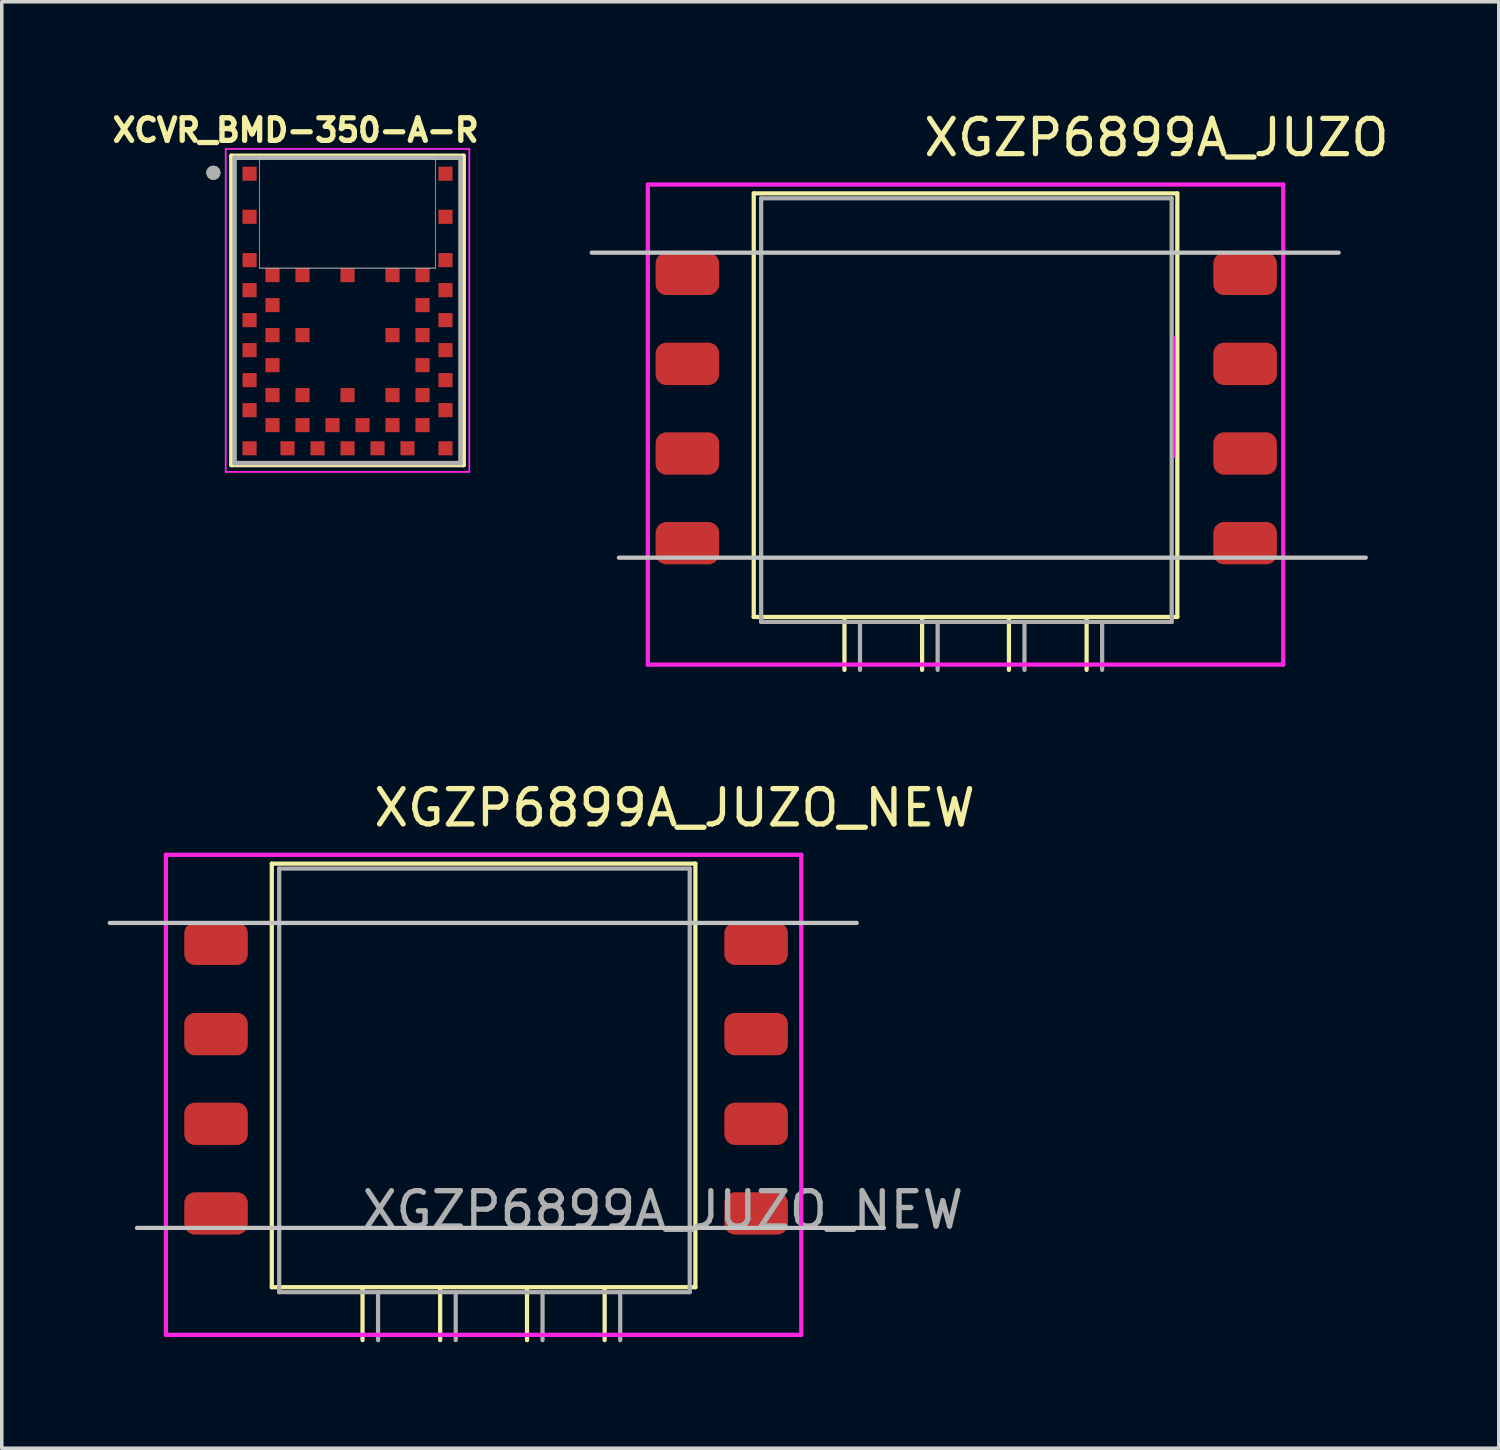
<source format=kicad_pcb>
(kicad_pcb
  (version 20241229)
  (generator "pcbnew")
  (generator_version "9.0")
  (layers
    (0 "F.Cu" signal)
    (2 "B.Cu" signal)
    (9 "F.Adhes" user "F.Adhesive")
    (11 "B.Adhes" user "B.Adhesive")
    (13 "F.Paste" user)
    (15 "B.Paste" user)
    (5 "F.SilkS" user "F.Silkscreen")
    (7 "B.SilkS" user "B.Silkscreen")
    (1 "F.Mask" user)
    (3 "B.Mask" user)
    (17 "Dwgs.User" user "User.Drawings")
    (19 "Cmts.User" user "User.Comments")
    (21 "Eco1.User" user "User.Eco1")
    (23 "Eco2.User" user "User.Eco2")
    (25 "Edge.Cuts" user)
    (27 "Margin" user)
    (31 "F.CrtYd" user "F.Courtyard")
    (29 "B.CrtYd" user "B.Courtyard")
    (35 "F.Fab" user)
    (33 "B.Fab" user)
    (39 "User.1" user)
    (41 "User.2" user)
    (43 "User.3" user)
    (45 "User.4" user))
  (footprint "XCVR_BMD-350-A-R"
    (layer "F.Cu")
    (at 6.795 5.744)
    (property "Reference" "XCVR_BMD-350-A-R" (at -1.468 -5.106 0) (layer "F.SilkS") (effects (font (size 0.64 0.64) (thickness 0.15))))
    (attr through_hole)
    (fp_line (start -3.29 -4.38) (end -3.29 4.38) (stroke (width 0.127) (type solid)) (layer "F.SilkS"))
    (fp_line (start -3.29 4.38) (end 3.29 4.38) (stroke (width 0.127) (type solid)) (layer "F.SilkS"))
    (fp_line (start 3.29 -4.38) (end -3.29 -4.38) (stroke (width 0.127) (type solid)) (layer "F.SilkS"))
    (fp_line (start 3.29 4.38) (end 3.29 -4.38) (stroke (width 0.127) (type solid)) (layer "F.SilkS"))
    (fp_circle (center -3.8 -3.9) (end -3.7 -3.9) (stroke (width 0.2) (type solid)) (fill no) (layer "F.SilkS"))
    (fp_poly (pts (xy -2.5 -4.325) (xy 2.5 -4.325) (xy 2.5 -1.2) (xy -2.5 -1.2)) (stroke (width 0.01) (type solid)) (fill no) (layer "Dwgs.User"))
    (fp_poly (pts (xy -2.5 -4.325) (xy 2.5 -4.325) (xy 2.5 -1.2) (xy -2.5 -1.2)) (stroke (width 0.01) (type solid)) (fill no) (layer "Dwgs.User"))
    (fp_poly (pts (xy -2.5 -4.325) (xy 2.5 -4.325) (xy 2.5 -1.2) (xy -2.5 -1.2)) (stroke (width 0.01) (type solid)) (fill no) (layer "Dwgs.User"))
    (fp_line (start -3.45 -4.575) (end 3.45 -4.575) (stroke (width 0.05) (type solid)) (layer "F.CrtYd"))
    (fp_line (start -3.45 4.575) (end -3.45 -4.575) (stroke (width 0.05) (type solid)) (layer "F.CrtYd"))
    (fp_line (start 3.45 -4.575) (end 3.45 4.575) (stroke (width 0.05) (type solid)) (layer "F.CrtYd"))
    (fp_line (start 3.45 4.575) (end -3.45 4.575) (stroke (width 0.05) (type solid)) (layer "F.CrtYd"))
    (fp_line (start -3.2 -4.325) (end -3.2 4.325) (stroke (width 0.127) (type solid)) (layer "F.Fab"))
    (fp_line (start -3.2 4.325) (end 3.2 4.325) (stroke (width 0.127) (type solid)) (layer "F.Fab"))
    (fp_line (start 3.2 -4.325) (end -3.2 -4.325) (stroke (width 0.127) (type solid)) (layer "F.Fab"))
    (fp_line (start 3.2 4.325) (end 3.2 -4.325) (stroke (width 0.127) (type solid)) (layer "F.Fab"))
    (fp_circle (center -3.8 -3.9) (end -3.7 -3.9) (stroke (width 0.2) (type solid)) (fill no) (layer "F.Fab"))
    (pad "1" smd rect (at -2.775 -3.873) (size 0.4 0.4) (layers "F.Cu" "F.Mask" "F.Paste"))
    (pad "2" smd rect (at -2.775 -2.653) (size 0.4 0.4) (layers "F.Cu" "F.Mask" "F.Paste"))
    (pad "3" smd rect (at -2.775 -1.425) (size 0.4 0.4) (layers "F.Cu" "F.Mask" "F.Paste"))
    (pad "4" smd rect (at -2.125 -1) (size 0.4 0.4) (layers "F.Cu" "F.Mask" "F.Paste"))
    (pad "5" smd rect (at -2.775 -0.575) (size 0.4 0.4) (layers "F.Cu" "F.Mask" "F.Paste"))
    (pad "6" smd rect (at -2.125 -0.15) (size 0.4 0.4) (layers "F.Cu" "F.Mask" "F.Paste"))
    (pad "7" smd rect (at -2.775 0.275) (size 0.4 0.4) (layers "F.Cu" "F.Mask" "F.Paste"))
    (pad "8" smd rect (at -2.125 0.7) (size 0.4 0.4) (layers "F.Cu" "F.Mask" "F.Paste"))
    (pad "9" smd rect (at -2.775 1.125) (size 0.4 0.4) (layers "F.Cu" "F.Mask" "F.Paste"))
    (pad "10" smd rect (at -2.125 1.55) (size 0.4 0.4) (layers "F.Cu" "F.Mask" "F.Paste"))
    (pad "11" smd rect (at -2.775 1.975) (size 0.4 0.4) (layers "F.Cu" "F.Mask" "F.Paste"))
    (pad "12" smd rect (at -2.125 2.4) (size 0.4 0.4) (layers "F.Cu" "F.Mask" "F.Paste"))
    (pad "13" smd rect (at -2.775 2.825) (size 0.4 0.4) (layers "F.Cu" "F.Mask" "F.Paste"))
    (pad "14" smd rect (at -2.125 3.25) (size 0.4 0.4) (layers "F.Cu" "F.Mask" "F.Paste"))
    (pad "15" smd rect (at -2.775 3.905) (size 0.4 0.4) (layers "F.Cu" "F.Mask" "F.Paste"))
    (pad "16" smd rect (at -1.7 3.905) (size 0.4 0.4) (layers "F.Cu" "F.Mask" "F.Paste"))
    (pad "17" smd rect (at -1.275 3.25) (size 0.4 0.4) (layers "F.Cu" "F.Mask" "F.Paste"))
    (pad "18" smd rect (at -0.85 3.905) (size 0.4 0.4) (layers "F.Cu" "F.Mask" "F.Paste"))
    (pad "19" smd rect (at -0.425 3.25) (size 0.4 0.4) (layers "F.Cu" "F.Mask" "F.Paste"))
    (pad "20" smd rect (at 0 3.905) (size 0.4 0.4) (layers "F.Cu" "F.Mask" "F.Paste"))
    (pad "21" smd rect (at 0.425 3.25) (size 0.4 0.4) (layers "F.Cu" "F.Mask" "F.Paste"))
    (pad "22" smd rect (at 0.85 3.905) (size 0.4 0.4) (layers "F.Cu" "F.Mask" "F.Paste"))
    (pad "23" smd rect (at 1.275 3.25) (size 0.4 0.4) (layers "F.Cu" "F.Mask" "F.Paste"))
    (pad "24" smd rect (at 1.7 3.905) (size 0.4 0.4) (layers "F.Cu" "F.Mask" "F.Paste"))
    (pad "25" smd rect (at 2.125 3.25) (size 0.4 0.4) (layers "F.Cu" "F.Mask" "F.Paste"))
    (pad "26" smd rect (at 2.775 3.905) (size 0.4 0.4) (layers "F.Cu" "F.Mask" "F.Paste"))
    (pad "27" smd rect (at 2.775 2.825) (size 0.4 0.4) (layers "F.Cu" "F.Mask" "F.Paste"))
    (pad "28" smd rect (at 2.125 2.4) (size 0.4 0.4) (layers "F.Cu" "F.Mask" "F.Paste"))
    (pad "29" smd rect (at 2.775 1.975) (size 0.4 0.4) (layers "F.Cu" "F.Mask" "F.Paste"))
    (pad "30" smd rect (at 2.125 1.55) (size 0.4 0.4) (layers "F.Cu" "F.Mask" "F.Paste"))
    (pad "31" smd rect (at 2.775 1.125) (size 0.4 0.4) (layers "F.Cu" "F.Mask" "F.Paste"))
    (pad "32" smd rect (at 2.125 0.7) (size 0.4 0.4) (layers "F.Cu" "F.Mask" "F.Paste"))
    (pad "33" smd rect (at 2.775 0.275) (size 0.4 0.4) (layers "F.Cu" "F.Mask" "F.Paste"))
    (pad "34" smd rect (at 2.125 -0.15) (size 0.4 0.4) (layers "F.Cu" "F.Mask" "F.Paste"))
    (pad "35" smd rect (at 2.775 -0.575) (size 0.4 0.4) (layers "F.Cu" "F.Mask" "F.Paste"))
    (pad "36" smd rect (at 2.125 -1) (size 0.4 0.4) (layers "F.Cu" "F.Mask" "F.Paste"))
    (pad "37" smd rect (at 2.775 -1.425) (size 0.4 0.4) (layers "F.Cu" "F.Mask" "F.Paste"))
    (pad "38" smd rect (at 2.775 -2.653) (size 0.4 0.4) (layers "F.Cu" "F.Mask" "F.Paste"))
    (pad "39" smd rect (at 2.775 -3.873) (size 0.4 0.4) (layers "F.Cu" "F.Mask" "F.Paste"))
    (pad "40" smd rect (at -1.275 -1) (size 0.4 0.4) (layers "F.Cu" "F.Mask" "F.Paste"))
    (pad "41" smd rect (at -1.275 0.7) (size 0.4 0.4) (layers "F.Cu" "F.Mask" "F.Paste"))
    (pad "42" smd rect (at -1.275 2.4) (size 0.4 0.4) (layers "F.Cu" "F.Mask" "F.Paste"))
    (pad "43" smd rect (at 0 2.4) (size 0.4 0.4) (layers "F.Cu" "F.Mask" "F.Paste"))
    (pad "44" smd rect (at 1.275 2.4) (size 0.4 0.4) (layers "F.Cu" "F.Mask" "F.Paste"))
    (pad "45" smd rect (at 1.275 0.7) (size 0.4 0.4) (layers "F.Cu" "F.Mask" "F.Paste"))
    (pad "46" smd rect (at 1.275 -1) (size 0.4 0.4) (layers "F.Cu" "F.Mask" "F.Paste"))
    (pad "47" smd rect (at 0 -1) (size 0.4 0.4) (layers "F.Cu" "F.Mask" "F.Paste")))
  (footprint "XGZP6899A_JUZO"
    (layer "F.Cu")
    (at 24.303 8.428)
    (property "Reference" "XGZP6899A_JUZO" (at 5.41 -7.58 0) (layer "F.SilkS") (effects (font (size 1 1) (thickness 0.15))))
    (attr smd)
    (fp_line (start -6 -6) (end -6 6) (stroke (width 0.12) (type solid)) (layer "F.SilkS"))
    (fp_line (start -6 -6) (end 6 -6) (stroke (width 0.12) (type solid)) (layer "F.SilkS"))
    (fp_line (start -6 6) (end 6 6) (stroke (width 0.12) (type solid)) (layer "F.SilkS"))
    (fp_line (start -3.43 6.01) (end -3.43 7.5) (stroke (width 0.12) (type solid)) (layer "F.SilkS"))
    (fp_line (start -1.23 6.01) (end -1.23 7.5) (stroke (width 0.12) (type solid)) (layer "F.SilkS"))
    (fp_line (start 1.23 6.01) (end 1.23 7.5) (stroke (width 0.12) (type solid)) (layer "F.SilkS"))
    (fp_line (start 3.43 6.01) (end 3.43 7.5) (stroke (width 0.12) (type solid)) (layer "F.SilkS"))
    (fp_line (start 6 -6) (end 6 6) (stroke (width 0.12) (type solid)) (layer "F.SilkS"))
    (fp_line (start -10.59 -4.32) (end 10.57 -4.32) (stroke (width 0.12) (type solid)) (layer "Dwgs.User"))
    (fp_line (start -9.82 4.32) (end 11.34 4.32) (stroke (width 0.12) (type solid)) (layer "Dwgs.User"))
    (fp_line (start -9 -6.25) (end -9 7.35) (stroke (width 0.12) (type solid)) (layer "F.CrtYd"))
    (fp_line (start -9 -6.25) (end 9 -6.25) (stroke (width 0.12) (type solid)) (layer "F.CrtYd"))
    (fp_line (start -9 7.35) (end 9 7.35) (stroke (width 0.12) (type solid)) (layer "F.CrtYd"))
    (fp_line (start 5.92 1.47) (end 5.92 -1.93) (stroke (width 0.05) (type solid)) (layer "F.CrtYd"))
    (fp_line (start 9 -6.25) (end 9 7.35) (stroke (width 0.12) (type solid)) (layer "F.CrtYd"))
    (fp_line (start -5.79 -5.86) (end -5.79 6.14) (stroke (width 0.12) (type solid)) (layer "F.Fab"))
    (fp_line (start -5.79 -5.86) (end 5.84 -5.86) (stroke (width 0.12) (type solid)) (layer "F.Fab"))
    (fp_line (start -5.79 6.14) (end 5.84 6.14) (stroke (width 0.12) (type solid)) (layer "F.Fab"))
    (fp_line (start -2.99 6.15) (end -2.99 7.5) (stroke (width 0.12) (type solid)) (layer "F.Fab"))
    (fp_line (start -0.79 6.15) (end -0.79 7.5) (stroke (width 0.12) (type solid)) (layer "F.Fab"))
    (fp_line (start 1.67 6.15) (end 1.67 7.5) (stroke (width 0.12) (type solid)) (layer "F.Fab"))
    (fp_line (start 3.87 6.15) (end 3.87 7.5) (stroke (width 0.12) (type solid)) (layer "F.Fab"))
    (fp_line (start 5.84 -5.86) (end 5.84 6.14) (stroke (width 0.12) (type solid)) (layer "F.Fab"))
    (pad "1" smd roundrect (at 7.92 3.91) (size 1.8 1.2) (layers "F.Cu" "F.Mask" "F.Paste") (roundrect_rratio 0.25))
    (pad "2" smd roundrect (at 7.92 1.37) (size 1.8 1.2) (layers "F.Cu" "F.Mask" "F.Paste") (roundrect_rratio 0.25))
    (pad "3" smd roundrect (at 7.92 -1.17) (size 1.8 1.2) (layers "F.Cu" "F.Mask" "F.Paste") (roundrect_rratio 0.25))
    (pad "4" smd roundrect (at 7.92 -3.72) (size 1.8 1.2) (layers "F.Cu" "F.Mask" "F.Paste") (roundrect_rratio 0.25))
    (pad "5" smd roundrect (at -7.88 -3.72) (size 1.8 1.2) (layers "F.Cu" "F.Mask" "F.Paste") (roundrect_rratio 0.25))
    (pad "6" smd roundrect (at -7.88 -1.17) (size 1.8 1.2) (layers "F.Cu" "F.Mask" "F.Paste") (roundrect_rratio 0.25))
    (pad "7" smd roundrect (at -7.88 1.37) (size 1.8 1.2) (layers "F.Cu" "F.Mask" "F.Paste") (roundrect_rratio 0.25))
    (pad "8" smd roundrect (at -7.88 3.91) (size 1.8 1.2) (layers "F.Cu" "F.Mask" "F.Paste") (roundrect_rratio 0.25)))
  (footprint "XGZP6899A_JUZO_NEW"
    (layer "F.Cu")
    (at 10.65 27.416)
    (property "Reference" "XGZP6899A_JUZO_NEW" (at 5.41 -7.58 0) (layer "F.SilkS") (effects (font (size 1 1) (thickness 0.15))))
    (attr smd)
    (fp_line (start -6 -6) (end -6 6) (stroke (width 0.12) (type solid)) (layer "F.SilkS"))
    (fp_line (start -6 -6) (end 6 -6) (stroke (width 0.12) (type solid)) (layer "F.SilkS"))
    (fp_line (start -6 6) (end 6 6) (stroke (width 0.12) (type solid)) (layer "F.SilkS"))
    (fp_line (start -3.43 6.01) (end -3.43 7.5) (stroke (width 0.12) (type solid)) (layer "F.SilkS"))
    (fp_line (start -1.23 6.01) (end -1.23 7.5) (stroke (width 0.12) (type solid)) (layer "F.SilkS"))
    (fp_line (start 1.23 6.01) (end 1.23 7.5) (stroke (width 0.12) (type solid)) (layer "F.SilkS"))
    (fp_line (start 3.43 6.01) (end 3.43 7.5) (stroke (width 0.12) (type solid)) (layer "F.SilkS"))
    (fp_line (start 6 -6) (end 6 6) (stroke (width 0.12) (type solid)) (layer "F.SilkS"))
    (fp_line (start -10.59 -4.32) (end 10.57 -4.32) (stroke (width 0.12) (type solid)) (layer "Dwgs.User"))
    (fp_line (start -9.82 4.32) (end 11.34 4.32) (stroke (width 0.12) (type solid)) (layer "Dwgs.User"))
    (fp_line (start -9 -6.25) (end -9 7.35) (stroke (width 0.12) (type solid)) (layer "F.CrtYd"))
    (fp_line (start -9 -6.25) (end 9 -6.25) (stroke (width 0.12) (type solid)) (layer "F.CrtYd"))
    (fp_line (start -9 7.35) (end 9 7.35) (stroke (width 0.12) (type solid)) (layer "F.CrtYd"))
    (fp_line (start 9 -6.25) (end 9 7.35) (stroke (width 0.12) (type solid)) (layer "F.CrtYd"))
    (fp_line (start -5.79 -5.86) (end -5.79 6.14) (stroke (width 0.12) (type solid)) (layer "F.Fab"))
    (fp_line (start -5.79 -5.86) (end 5.84 -5.86) (stroke (width 0.12) (type solid)) (layer "F.Fab"))
    (fp_line (start -5.79 6.14) (end 5.84 6.14) (stroke (width 0.12) (type solid)) (layer "F.Fab"))
    (fp_line (start -2.99 6.15) (end -2.99 7.5) (stroke (width 0.12) (type solid)) (layer "F.Fab"))
    (fp_line (start -0.79 6.15) (end -0.79 7.5) (stroke (width 0.12) (type solid)) (layer "F.Fab"))
    (fp_line (start 1.67 6.15) (end 1.67 7.5) (stroke (width 0.12) (type solid)) (layer "F.Fab"))
    (fp_line (start 3.87 6.15) (end 3.87 7.5) (stroke (width 0.12) (type solid)) (layer "F.Fab"))
    (fp_line (start 5.84 -5.86) (end 5.84 6.14) (stroke (width 0.12) (type solid)) (layer "F.Fab"))
    (fp_text user "${REFERENCE}" (at 5.08 3.81 0) (layer "F.Fab") (effects (font (size 1 1) (thickness 0.15))))
    (pad "1" smd roundrect (at 7.72 3.91) (size 1.8 1.2) (layers "F.Cu" "F.Mask" "F.Paste") (roundrect_rratio 0.25))
    (pad "2" smd roundrect (at 7.72 1.37) (size 1.8 1.2) (layers "F.Cu" "F.Mask" "F.Paste") (roundrect_rratio 0.25))
    (pad "3" smd roundrect (at 7.72 -1.17) (size 1.8 1.2) (layers "F.Cu" "F.Mask" "F.Paste") (roundrect_rratio 0.25))
    (pad "4" smd roundrect (at 7.72 -3.73) (size 1.8 1.2) (layers "F.Cu" "F.Mask" "F.Paste") (roundrect_rratio 0.25))
    (pad "5" smd roundrect (at -7.58 -3.73) (size 1.8 1.2) (layers "F.Cu" "F.Mask" "F.Paste") (roundrect_rratio 0.25))
    (pad "6" smd roundrect (at -7.58 -1.17) (size 1.8 1.2) (layers "F.Cu" "F.Mask" "F.Paste") (roundrect_rratio 0.25))
    (pad "7" smd roundrect (at -7.58 1.37) (size 1.8 1.2) (layers "F.Cu" "F.Mask" "F.Paste") (roundrect_rratio 0.25))
    (pad "8" smd roundrect (at -7.58 3.91) (size 1.8 1.2) (layers "F.Cu" "F.Mask" "F.Paste") (roundrect_rratio 0.25)))
  (gr_rect
    (start -3 -3)
    (end 39.41 37.977)
    (stroke (width 0.1) (type default))
    (fill no)
    (layer "Edge.Cuts")))
</source>
